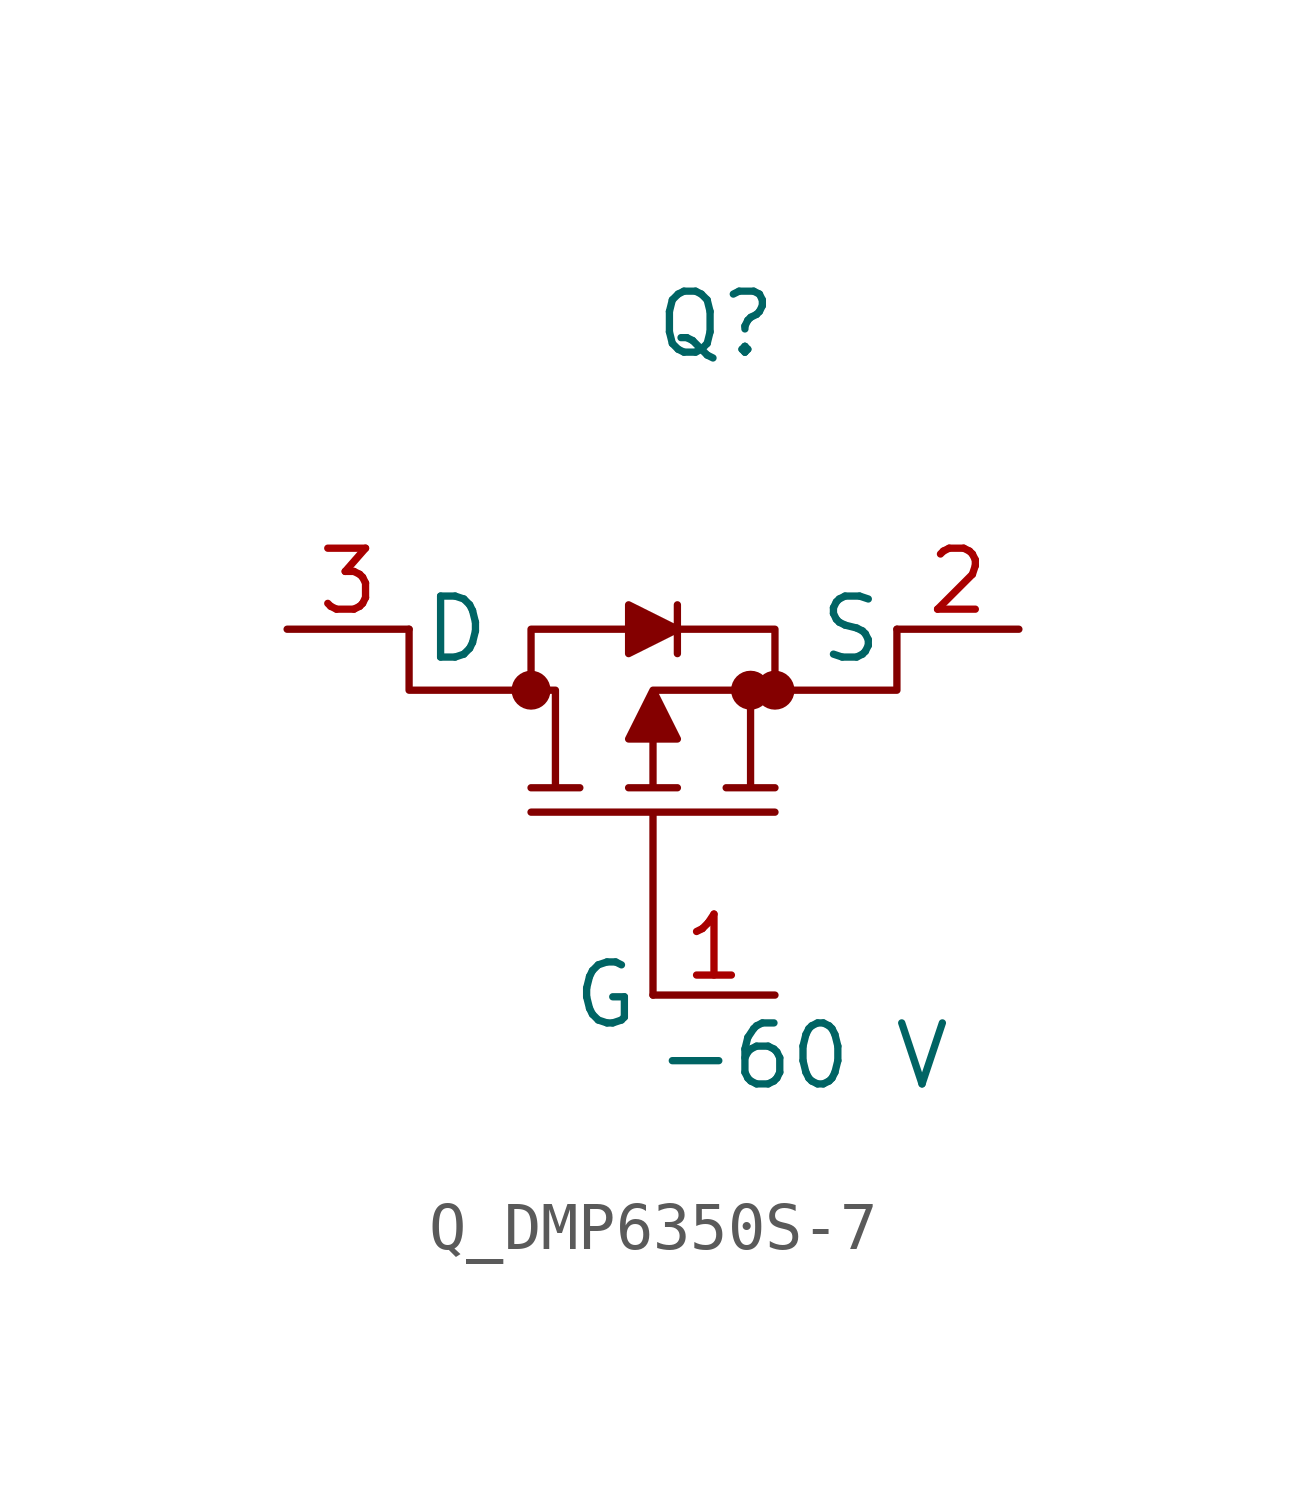
<source format=kicad_sym>
(kicad_symbol_lib
  (version 20231120)
  (generator kicad_symbol_editor)
  (generator_version 8.0)
  (symbol "Q_DMP6350S-7"
    (pin_names
      (offset 0.254))
    (property "Reference" "Q"
      (at 0 7.62 0)
      (effects (font (size 1.27 1.27)) (justify left)))
    (property "Value" "-60 V"
      (at 0 -7.62 0)
      (effects (font (size 1.27 1.27)) (justify left)))
    (symbol "Q_DMP6350S-7_1_0"
      (polyline (pts (xy 0 -6.35) (xy 0 -2.54) (xy -2.54 -2.54) (xy 2.54 -2.54) (xy 0 -2.54) (xy 0 -6.35)) (stroke (width 0) (type default)) (fill (type outline)))
      (polyline (pts (xy -5.08 1.27) (xy -5.08 0.0) (xy -2.54 0.0) (xy -2.032 0.0) (xy -2.032 -2.032) (xy -2.54 -2.032) (xy -1.524 -2.032) (xy -2.032 -2.032) (xy -2.032 0.0) (xy -2.54 0.0) (xy -2.54 1.27) (xy -0.508 1.27) (xy -0.508 0.762) (xy 0.508 1.27) (xy 0.508 0.762) (xy 0.508 1.27) (xy 2.54 1.27) (xy 2.54 0.0) (xy 0 0.0) (xy -0.508 -1.016) (xy 0 -1.016) (xy 0 -2.032) (xy -0.508 -2.032) (xy 0.508 -2.032) (xy 0 -2.032) (xy 0 -1.016) (xy 0.508 -1.016) (xy 0 0.0) (xy 2.032 0.0) (xy 2.032 -2.032) (xy 1.524 -2.032) (xy 2.54 -2.032) (xy 2.032 -2.032) (xy 2.032 0.0) (xy 2.54 0.0) (xy 5.08 0.0) (xy 5.08 1.27) (xy 5.08 0.0) (xy 2.54 0.0) (xy 2.54 1.27) (xy 0.508 1.27) (xy 0.508 1.778) (xy 0.508 1.27) (xy -0.508 1.778) (xy -0.508 1.27) (xy -2.54 1.27) (xy -2.54 0.0) (xy -5.08 0.0) (xy -5.08 1.27)) (stroke (width 0) (type default)) (fill (type outline)))
      (circle (center -2.54 0.0) (radius 0.025) (stroke (width 0.381) (type default)) (fill (type none)))
      (circle (center 2.032 0.0) (radius 0.025) (stroke (width 0.381) (type default)) (fill (type none)))
      (circle (center 2.54 0.0) (radius 0.025) (stroke (width 0.381) (type default)) (fill (type none)))
      (pin passive line (at 2.54 -6.35 180) (length 2.54) (name "G" (effects (font (size 1.27 1.27)))) (number "1" (effects (font (size 1.27 1.27)))))
      (pin passive line (at 7.62 1.27 180) (length 2.54) (name "S" (effects (font (size 1.27 1.27)))) (number "2" (effects (font (size 1.27 1.27)))))
      (pin passive line (at -7.62 1.27 0) (length 2.54) (name "D" (effects (font (size 1.27 1.27)))) (number "3" (effects (font (size 1.27 1.27))))))))
</source>
